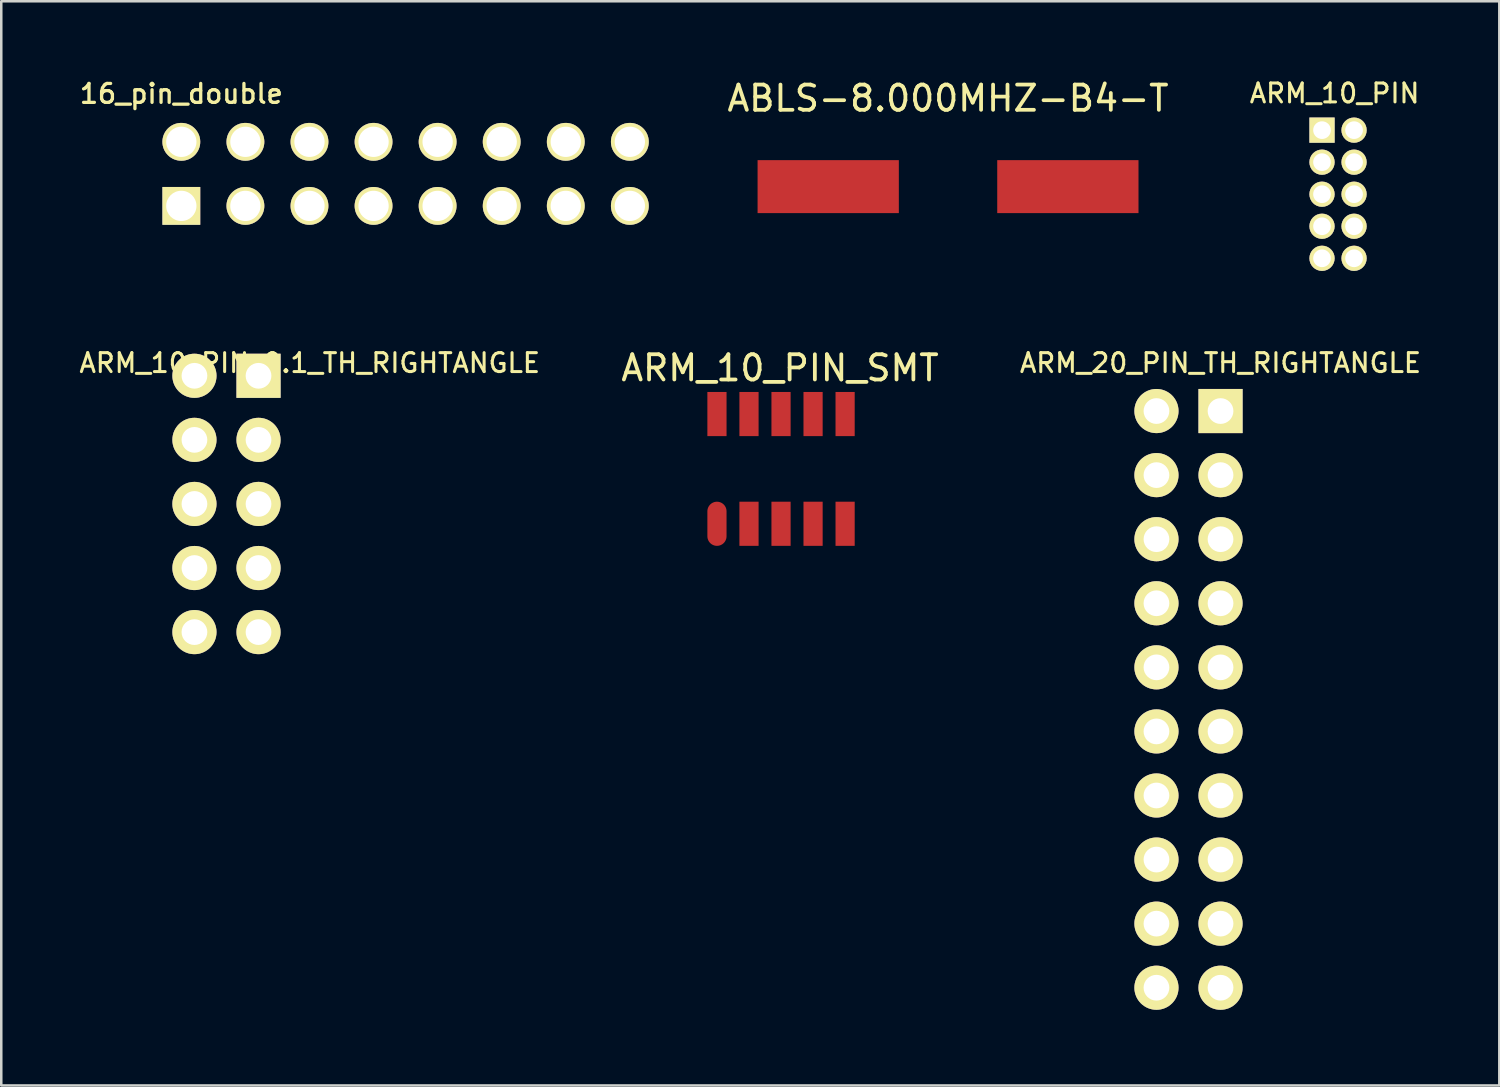
<source format=kicad_pcb>
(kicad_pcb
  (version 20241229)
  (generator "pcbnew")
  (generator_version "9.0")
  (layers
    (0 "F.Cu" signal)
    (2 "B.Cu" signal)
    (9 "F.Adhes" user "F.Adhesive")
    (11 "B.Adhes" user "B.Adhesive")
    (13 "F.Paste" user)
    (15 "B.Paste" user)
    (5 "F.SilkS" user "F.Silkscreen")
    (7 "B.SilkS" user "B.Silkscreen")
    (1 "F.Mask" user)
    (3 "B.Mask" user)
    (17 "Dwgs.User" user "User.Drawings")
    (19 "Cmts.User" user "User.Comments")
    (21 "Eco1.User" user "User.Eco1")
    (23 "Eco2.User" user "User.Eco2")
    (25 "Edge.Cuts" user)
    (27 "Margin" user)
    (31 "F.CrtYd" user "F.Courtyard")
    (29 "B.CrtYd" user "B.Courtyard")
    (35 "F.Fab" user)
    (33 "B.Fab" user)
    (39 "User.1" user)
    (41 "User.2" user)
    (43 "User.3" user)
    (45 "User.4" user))
  (footprint "16_pin_double"
    (layer "F.Cu")
    (at 4.138 5.112)
    (property "Reference" "16_pin_double" (at 0 -4.445 0) (layer "F.SilkS") (effects (font (size 0.75 0.75) (thickness 0.13))))
    (attr through_hole)
    (pad "1" thru_hole rect (at 0 0) (size 1.5 1.5) (drill 1.2) (layers "*.Cu" "*.Mask" "F.SilkS"))
    (pad "2" thru_hole circle (at 0 -2.54) (size 1.5 1.5) (drill 1.2) (layers "*.Cu" "*.Mask" "F.SilkS"))
    (pad "3" thru_hole circle (at 2.54 0) (size 1.5 1.5) (drill 1.2) (layers "*.Cu" "*.Mask" "F.SilkS"))
    (pad "4" thru_hole circle (at 2.54 -2.54) (size 1.5 1.5) (drill 1.2) (layers "*.Cu" "*.Mask" "F.SilkS"))
    (pad "5" thru_hole circle (at 5.08 0) (size 1.5 1.5) (drill 1.2) (layers "*.Cu" "*.Mask" "F.SilkS"))
    (pad "6" thru_hole circle (at 5.08 -2.54) (size 1.5 1.5) (drill 1.2) (layers "*.Cu" "*.Mask" "F.SilkS"))
    (pad "7" thru_hole circle (at 7.62 0) (size 1.5 1.5) (drill 1.2) (layers "*.Cu" "*.Mask" "F.SilkS"))
    (pad "8" thru_hole circle (at 7.62 -2.54) (size 1.5 1.5) (drill 1.2) (layers "*.Cu" "*.Mask" "F.SilkS"))
    (pad "9" thru_hole circle (at 10.16 0) (size 1.5 1.5) (drill 1.2) (layers "*.Cu" "*.Mask" "F.SilkS"))
    (pad "10" thru_hole circle (at 10.16 -2.54) (size 1.5 1.5) (drill 1.2) (layers "*.Cu" "*.Mask" "F.SilkS"))
    (pad "11" thru_hole circle (at 12.7 0) (size 1.5 1.5) (drill 1.2) (layers "*.Cu" "*.Mask" "F.SilkS"))
    (pad "12" thru_hole circle (at 12.7 -2.54) (size 1.5 1.5) (drill 1.2) (layers "*.Cu" "*.Mask" "F.SilkS"))
    (pad "13" thru_hole circle (at 15.24 0) (size 1.5 1.5) (drill 1.2) (layers "*.Cu" "*.Mask" "F.SilkS"))
    (pad "14" thru_hole circle (at 15.24 -2.54) (size 1.5 1.5) (drill 1.2) (layers "*.Cu" "*.Mask" "F.SilkS"))
    (pad "15" thru_hole circle (at 17.78 0) (size 1.5 1.5) (drill 1.2) (layers "*.Cu" "*.Mask" "F.SilkS"))
    (pad "16" thru_hole circle (at 17.78 -2.54) (size 1.5 1.5) (drill 1.2) (layers "*.Cu" "*.Mask" "F.SilkS")))
  (footprint "ARM_10_PIN_0.1_TH_RIGHTANGLE"
    (layer "F.Cu")
    (at 7.198 11.847)
    (property "Reference" "ARM_10_PIN_0.1_TH_RIGHTANGLE" (at 2.032 -0.508 0) (layer "F.SilkS") (effects (font (size 0.75 0.75) (thickness 0.12))))
    (attr through_hole)
    (pad "1" thru_hole rect (at 0 0) (size 1.75 1.75) (drill 1.02) (layers "*.Cu" "*.Mask" "F.SilkS"))
    (pad "2" thru_hole circle (at -2.54 0) (size 1.75 1.75) (drill 1.02) (layers "*.Cu" "*.Mask" "F.SilkS"))
    (pad "3" thru_hole circle (at 0 2.54) (size 1.75 1.75) (drill 1.02) (layers "*.Cu" "*.Mask" "F.SilkS"))
    (pad "4" thru_hole circle (at -2.54 2.54) (size 1.75 1.75) (drill 1.02) (layers "*.Cu" "*.Mask" "F.SilkS"))
    (pad "5" thru_hole circle (at 0 5.08) (size 1.75 1.75) (drill 1.02) (layers "*.Cu" "*.Mask" "F.SilkS"))
    (pad "6" thru_hole circle (at -2.54 5.08) (size 1.75 1.75) (drill 1.02) (layers "*.Cu" "*.Mask" "F.SilkS"))
    (pad "7" thru_hole circle (at 0 7.62) (size 1.75 1.75) (drill 1.02) (layers "*.Cu" "*.Mask" "F.SilkS"))
    (pad "8" thru_hole circle (at -2.54 7.62) (size 1.75 1.75) (drill 1.02) (layers "*.Cu" "*.Mask" "F.SilkS"))
    (pad "9" thru_hole circle (at 0 10.16) (size 1.75 1.75) (drill 1.02) (layers "*.Cu" "*.Mask" "F.SilkS"))
    (pad "10" thru_hole circle (at -2.54 10.16) (size 1.75 1.75) (drill 1.02) (layers "*.Cu" "*.Mask" "F.SilkS")))
  (footprint "ARM_20_PIN_TH_RIGHTANGLE"
    (layer "F.Cu")
    (at 45.333 13.244)
    (property "Reference" "ARM_20_PIN_TH_RIGHTANGLE" (at 0 -1.905 0) (layer "F.SilkS") (effects (font (size 0.75 0.75) (thickness 0.12))))
    (attr through_hole)
    (pad "1" thru_hole rect (at 0 0) (size 1.75 1.75) (drill 1.02) (layers "*.Cu" "*.Mask" "F.SilkS"))
    (pad "2" thru_hole circle (at -2.54 0) (size 1.75 1.75) (drill 1.02) (layers "*.Cu" "*.Mask" "F.SilkS"))
    (pad "3" thru_hole circle (at 0 2.54) (size 1.75 1.75) (drill 1.02) (layers "*.Cu" "*.Mask" "F.SilkS"))
    (pad "4" thru_hole circle (at -2.54 2.54) (size 1.75 1.75) (drill 1.02) (layers "*.Cu" "*.Mask" "F.SilkS"))
    (pad "5" thru_hole circle (at 0 5.08) (size 1.75 1.75) (drill 1.02) (layers "*.Cu" "*.Mask" "F.SilkS"))
    (pad "6" thru_hole circle (at -2.54 5.08) (size 1.75 1.75) (drill 1.02) (layers "*.Cu" "*.Mask" "F.SilkS"))
    (pad "7" thru_hole circle (at 0 7.62) (size 1.75 1.75) (drill 1.02) (layers "*.Cu" "*.Mask" "F.SilkS"))
    (pad "8" thru_hole circle (at -2.54 7.62) (size 1.75 1.75) (drill 1.02) (layers "*.Cu" "*.Mask" "F.SilkS"))
    (pad "9" thru_hole circle (at 0 10.16) (size 1.75 1.75) (drill 1.02) (layers "*.Cu" "*.Mask" "F.SilkS"))
    (pad "10" thru_hole circle (at -2.54 10.16) (size 1.75 1.75) (drill 1.02) (layers "*.Cu" "*.Mask" "F.SilkS"))
    (pad "11" thru_hole circle (at 0 12.7) (size 1.75 1.75) (drill 1.02) (layers "*.Cu" "*.Mask" "F.SilkS"))
    (pad "12" thru_hole circle (at -2.54 12.7) (size 1.75 1.75) (drill 1.02) (layers "*.Cu" "*.Mask" "F.SilkS"))
    (pad "13" thru_hole circle (at 0 15.24) (size 1.75 1.75) (drill 1.02) (layers "*.Cu" "*.Mask" "F.SilkS"))
    (pad "14" thru_hole circle (at -2.54 15.24) (size 1.75 1.75) (drill 1.02) (layers "*.Cu" "*.Mask" "F.SilkS"))
    (pad "15" thru_hole circle (at 0 17.78) (size 1.75 1.75) (drill 1.02) (layers "*.Cu" "*.Mask" "F.SilkS"))
    (pad "16" thru_hole circle (at -2.54 17.78) (size 1.75 1.75) (drill 1.02) (layers "*.Cu" "*.Mask" "F.SilkS"))
    (pad "17" thru_hole circle (at 0 20.32) (size 1.75 1.75) (drill 1.02) (layers "*.Cu" "*.Mask" "F.SilkS"))
    (pad "18" thru_hole circle (at -2.54 20.32) (size 1.75 1.75) (drill 1.02) (layers "*.Cu" "*.Mask" "F.SilkS"))
    (pad "19" thru_hole circle (at 0 22.86) (size 1.75 1.75) (drill 1.02) (layers "*.Cu" "*.Mask" "F.SilkS"))
    (pad "20" thru_hole circle (at -2.54 22.86) (size 1.75 1.75) (drill 1.02) (layers "*.Cu" "*.Mask" "F.SilkS")))
  (footprint "ARM_10_PIN_SMT"
    (layer "F.Cu")
    (at 27.871 15.538)
    (property "Reference" "ARM_10_PIN_SMT" (at 0 -4 0) (layer "F.SilkS") (effects (font (size 1 1) (thickness 0.15))))
    (attr through_hole)
    (pad "1" smd oval (at -2.5 2.175) (size 0.76 1.75) (layers "F.Cu" "F.Mask" "F.Paste"))
    (pad "2" smd rect (at -2.5 -2.175) (size 0.76 1.75) (layers "F.Cu" "F.Mask" "F.Paste"))
    (pad "3" smd rect (at -1.23 2.175) (size 0.76 1.75) (layers "F.Cu" "F.Mask" "F.Paste"))
    (pad "4" smd rect (at -1.23 -2.175) (size 0.76 1.75) (layers "F.Cu" "F.Mask" "F.Paste"))
    (pad "5" smd rect (at 0.04 2.175) (size 0.76 1.75) (layers "F.Cu" "F.Mask" "F.Paste"))
    (pad "6" smd rect (at 0.04 -2.175) (size 0.76 1.75) (layers "F.Cu" "F.Mask" "F.Paste"))
    (pad "7" smd rect (at 1.31 2.175) (size 0.76 1.75) (layers "F.Cu" "F.Mask" "F.Paste"))
    (pad "8" smd rect (at 1.31 -2.175) (size 0.76 1.75) (layers "F.Cu" "F.Mask" "F.Paste"))
    (pad "9" smd rect (at 2.58 2.175) (size 0.76 1.75) (layers "F.Cu" "F.Mask" "F.Paste"))
    (pad "10" smd rect (at 2.58 -2.175) (size 0.76 1.75) (layers "F.Cu" "F.Mask" "F.Paste")))
  (footprint "ARM_10_PIN"
    (layer "F.Cu")
    (at 49.356 4.649)
    (property "Reference" "ARM_10_PIN" (at 0.5 -4 0) (layer "F.SilkS") (effects (font (size 0.75 0.75) (thickness 0.12))))
    (attr through_hole)
    (pad "1" thru_hole rect (at 0 -2.54) (size 1 1) (drill 0.701) (layers "*.Cu" "*.Mask" "F.SilkS"))
    (pad "2" thru_hole circle (at 1.27 -2.54) (size 1 1) (drill 0.701) (layers "*.Cu" "*.Mask" "F.SilkS"))
    (pad "3" thru_hole circle (at 0 -1.27) (size 1 1) (drill 0.701) (layers "*.Cu" "*.Mask" "F.SilkS"))
    (pad "4" thru_hole circle (at 1.27 -1.27) (size 1 1) (drill 0.701) (layers "*.Cu" "*.Mask" "F.SilkS"))
    (pad "5" thru_hole circle (at 0 0) (size 1 1) (drill 0.701) (layers "*.Cu" "*.Mask" "F.SilkS"))
    (pad "6" thru_hole circle (at 1.27 0) (size 1 1) (drill 0.701) (layers "*.Cu" "*.Mask" "F.SilkS"))
    (pad "7" thru_hole circle (at 0 1.27) (size 1 1) (drill 0.701) (layers "*.Cu" "*.Mask" "F.SilkS"))
    (pad "8" thru_hole circle (at 1.27 1.27) (size 1 1) (drill 0.701) (layers "*.Cu" "*.Mask" "F.SilkS"))
    (pad "9" thru_hole circle (at 0 2.54) (size 1 1) (drill 0.701) (layers "*.Cu" "*.Mask" "F.SilkS"))
    (pad "10" thru_hole circle (at 1.27 2.54) (size 1 1) (drill 0.701) (layers "*.Cu" "*.Mask" "F.SilkS")))
  (footprint "ABLS-8.000MHZ-B4-T"
    (layer "F.Cu")
    (at 34.531 4.348)
    (property "Reference" "ABLS-8.000MHZ-B4-T" (at 0 -3.5 0) (layer "F.SilkS") (effects (font (size 1 1) (thickness 0.15))))
    (attr through_hole)
    (pad "1" smd rect (at -4.75 0) (size 5.6 2.1) (layers "F.Cu" "F.Mask" "F.Paste"))
    (pad "2" smd rect (at 4.75 0) (size 5.6 2.1) (layers "F.Cu" "F.Mask" "F.Paste")))
  (gr_rect
    (start -3 -3)
    (end 56.384 39.979)
    (stroke (width 0.1) (type default))
    (fill no)
    (layer "Edge.Cuts")))
</source>
